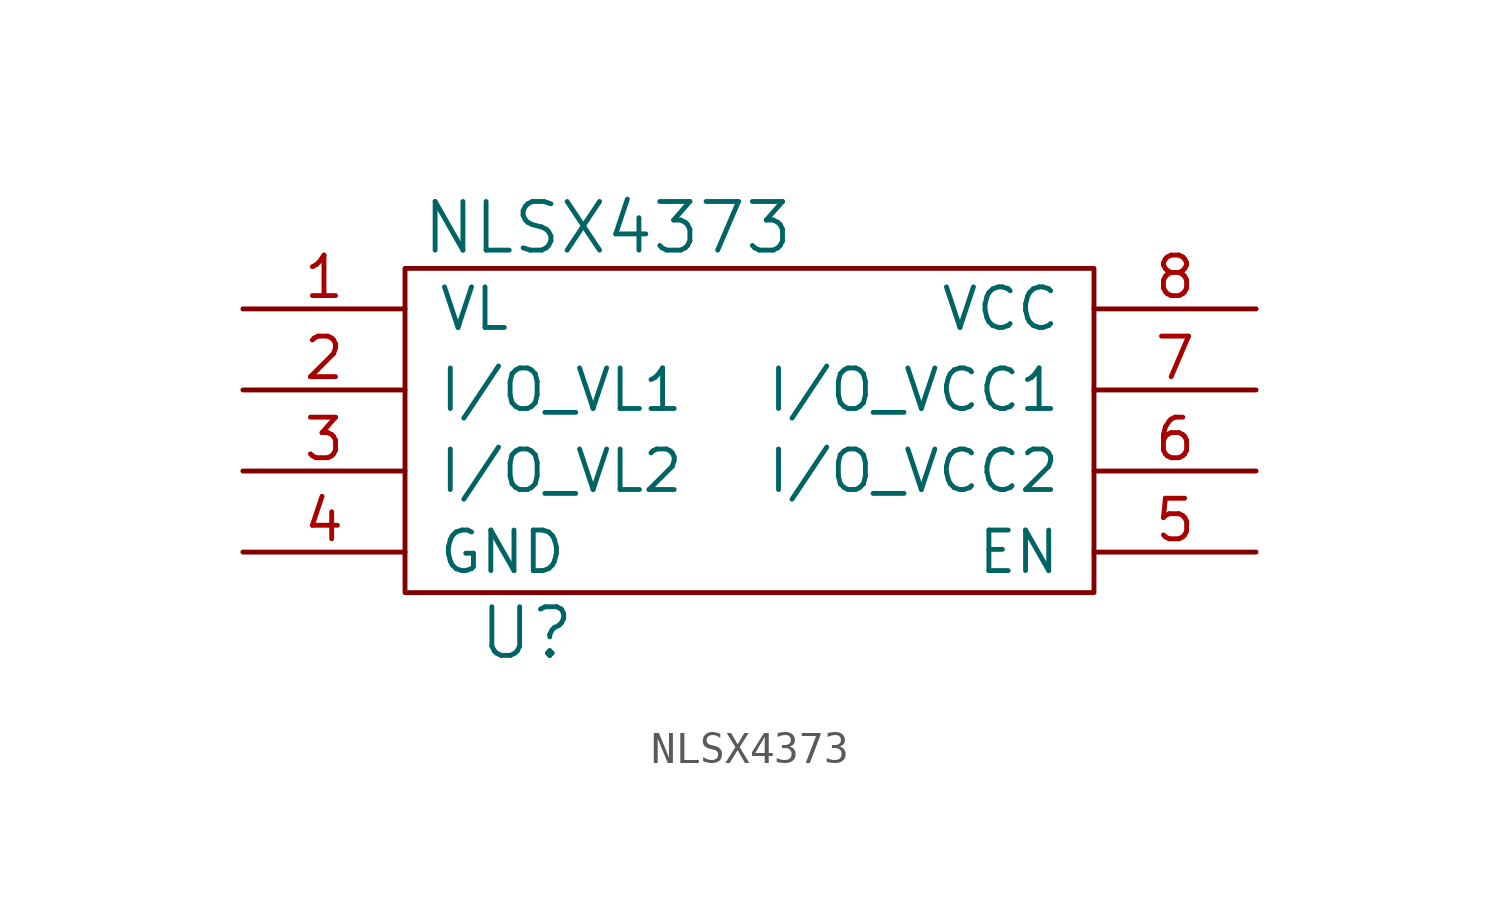
<source format=kicad_sym>
(kicad_symbol_lib
  (version 20231120)
  (generator "kicad_symbol_editor")
  (generator_version "8.0")
  (symbol "NLSX4373"
    (pin_names
      (offset 1.016))
    (property "Reference" "U"
      (at -6.35 -13.97 0)
      (effects (font (size 1.524 1.524))))
    (property "Value" "NLSX4373"
      (at -3.81 -1.27 0)
      (effects (font (size 1.524 1.524))))
    (property "Footprint" ""
      (at 0 0 0)
      (effects (font (size 1.524 1.524))))
    (property "Datasheet" ""
      (at 0 0 0)
      (effects (font (size 1.524 1.524))))
    (symbol "NLSX4373_0_1"
      (rectangle (start -10.16 -2.54) (end 11.43 -12.7) (stroke (width 0) (type default)) (fill (type none))))
    (symbol "NLSX4373_1_1"
      (pin passive line (at -15.24 -3.81 0) (length 5.08) (name "VL" (effects (font (size 1.27 1.27)))) (number "1" (effects (font (size 1.27 1.27)))))
      (pin passive line (at -15.24 -6.35 0) (length 5.08) (name "I/O_VL1" (effects (font (size 1.27 1.27)))) (number "2" (effects (font (size 1.27 1.27)))))
      (pin passive line (at -15.24 -8.89 0) (length 5.08) (name "I/O_VL2" (effects (font (size 1.27 1.27)))) (number "3" (effects (font (size 1.27 1.27)))))
      (pin power_in line (at -15.24 -11.43 0) (length 5.08) (name "GND" (effects (font (size 1.27 1.27)))) (number "4" (effects (font (size 1.27 1.27)))))
      (pin passive line (at 16.51 -11.43 180) (length 5.08) (name "EN" (effects (font (size 1.27 1.27)))) (number "5" (effects (font (size 1.27 1.27)))))
      (pin passive line (at 16.51 -8.89 180) (length 5.08) (name "I/O_VCC2" (effects (font (size 1.27 1.27)))) (number "6" (effects (font (size 1.27 1.27)))))
      (pin passive line (at 16.51 -6.35 180) (length 5.08) (name "I/O_VCC1" (effects (font (size 1.27 1.27)))) (number "7" (effects (font (size 1.27 1.27)))))
      (pin passive line (at 16.51 -3.81 180) (length 5.08) (name "VCC" (effects (font (size 1.27 1.27)))) (number "8" (effects (font (size 1.27 1.27))))))))
</source>
